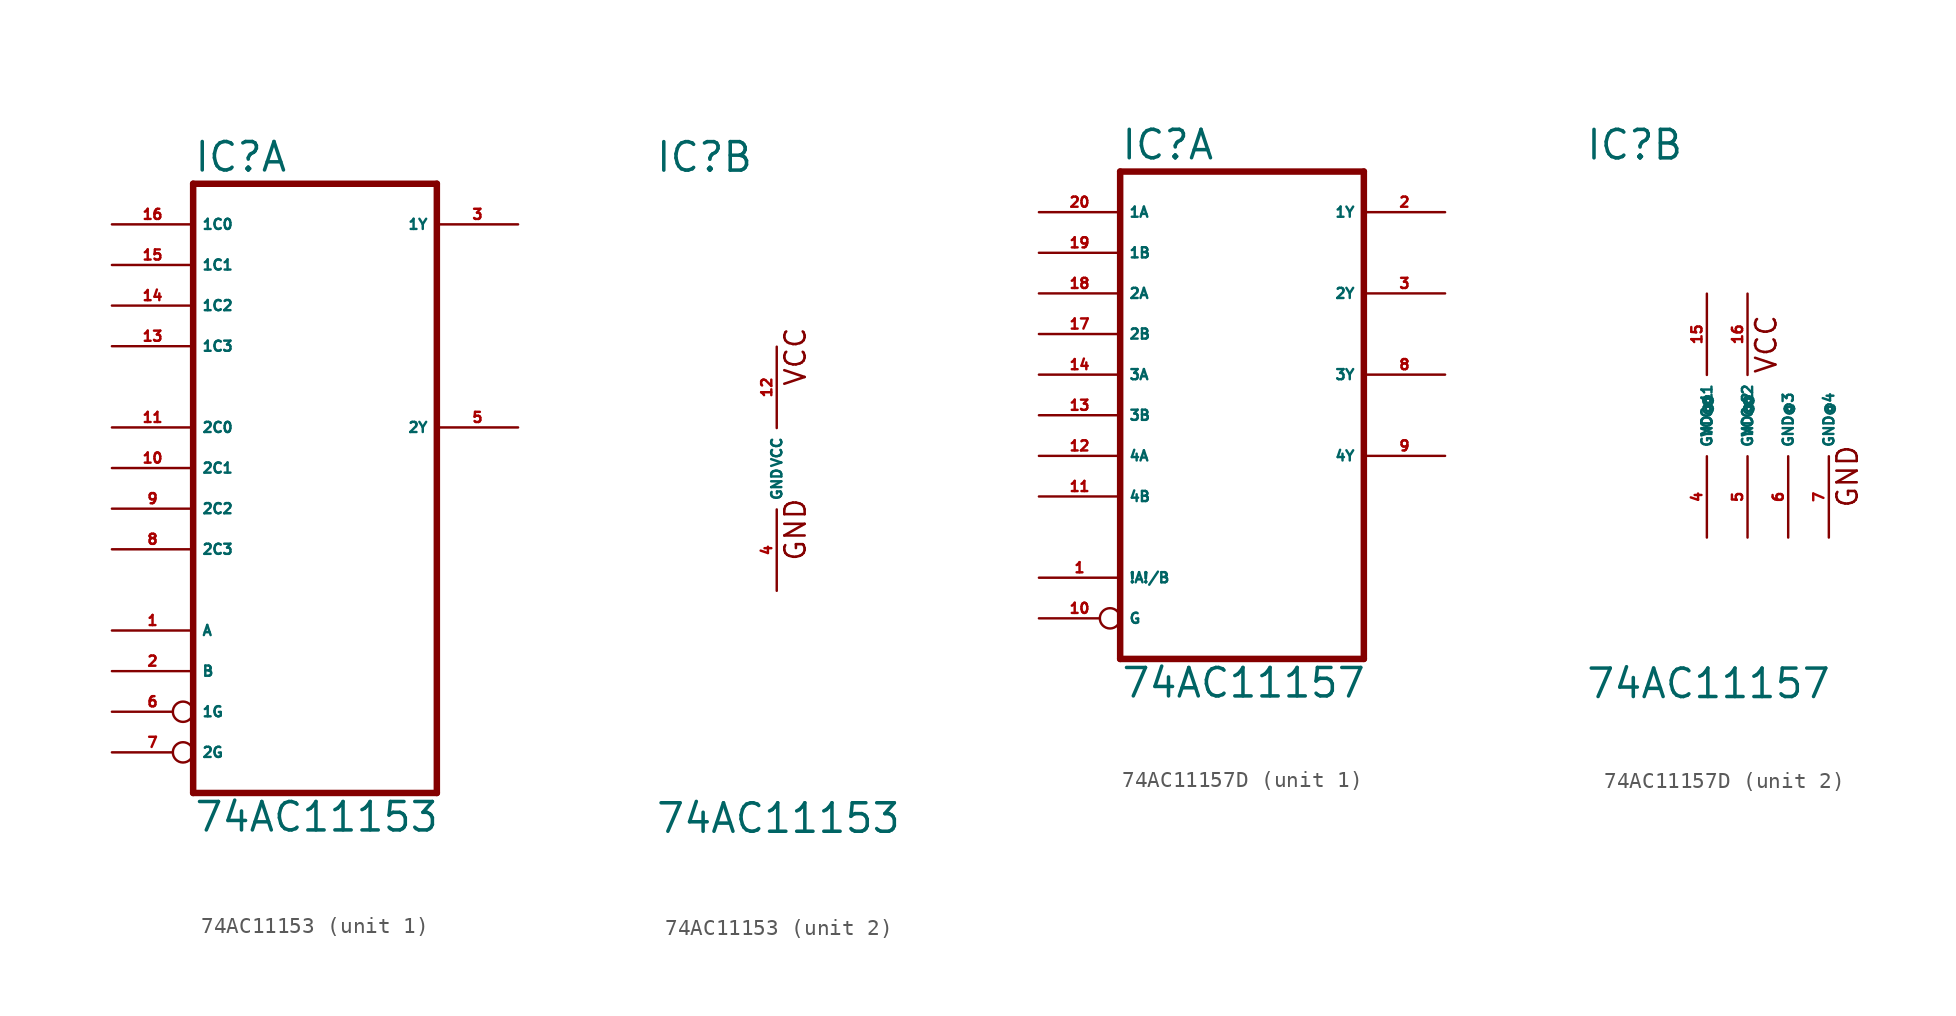
<source format=kicad_sym>
(kicad_symbol_lib
  (version 20220914)
  (generator Eagle2Kicad)
  (symbol "74AC11153"
    (property "Reference" "IC"
      (at -7.62 18.415 0)
      (effects (font (size 1.778 1.778) (thickness 0.22)) (justify left bottom)))
    (property "Value" "74AC11153"
      (at -7.62 -22.86 0)
      (effects (font (size 1.778 1.778) (thickness 0.22)) (justify left bottom)))
    (symbol "74AC11153_1_0"
      (polyline (pts (xy -7.62 -20.32) (xy 7.62 -20.32)) (stroke (width 0.406) (type default)) (fill (type none)))
      (polyline (pts (xy 7.62 -20.32) (xy 7.62 17.78)) (stroke (width 0.406) (type default)) (fill (type none)))
      (polyline (pts (xy 7.62 17.78) (xy -7.62 17.78)) (stroke (width 0.406) (type default)) (fill (type none)))
      (polyline (pts (xy -7.62 17.78) (xy -7.62 -20.32)) (stroke (width 0.406) (type default)) (fill (type none)))
      (pin input line (at -12.7 -10.16 0) (length 5.08) (name "A" (effects (font (size 0.635 0.635) (thickness 0.08)) (justify left bottom))) (number "1" (effects (font (size 0.635 0.635) (thickness 0.08)) (justify left bottom))))
      (pin input line (at -12.7 -12.7 0) (length 5.08) (name "B" (effects (font (size 0.635 0.635) (thickness 0.08)) (justify left bottom))) (number "2" (effects (font (size 0.635 0.635) (thickness 0.08)) (justify left bottom))))
      (pin output line (at 12.7 15.24 180) (length 5.08) (name "1Y" (effects (font (size 0.635 0.635) (thickness 0.08)) (justify left bottom))) (number "3" (effects (font (size 0.635 0.635) (thickness 0.08)) (justify left bottom))))
      (pin output line (at 12.7 2.54 180) (length 5.08) (name "2Y" (effects (font (size 0.635 0.635) (thickness 0.08)) (justify left bottom))) (number "5" (effects (font (size 0.635 0.635) (thickness 0.08)) (justify left bottom))))
      (pin input inverted (at -12.7 -15.24 0) (length 5.08) (name "1G" (effects (font (size 0.635 0.635) (thickness 0.08)) (justify left bottom))) (number "6" (effects (font (size 0.635 0.635) (thickness 0.08)) (justify left bottom))))
      (pin input inverted (at -12.7 -17.78 0) (length 5.08) (name "2G" (effects (font (size 0.635 0.635) (thickness 0.08)) (justify left bottom))) (number "7" (effects (font (size 0.635 0.635) (thickness 0.08)) (justify left bottom))))
      (pin input line (at -12.7 -5.08 0) (length 5.08) (name "2C3" (effects (font (size 0.635 0.635) (thickness 0.08)) (justify left bottom))) (number "8" (effects (font (size 0.635 0.635) (thickness 0.08)) (justify left bottom))))
      (pin input line (at -12.7 -2.54 0) (length 5.08) (name "2C2" (effects (font (size 0.635 0.635) (thickness 0.08)) (justify left bottom))) (number "9" (effects (font (size 0.635 0.635) (thickness 0.08)) (justify left bottom))))
      (pin input line (at -12.7 0 0) (length 5.08) (name "2C1" (effects (font (size 0.635 0.635) (thickness 0.08)) (justify left bottom))) (number "10" (effects (font (size 0.635 0.635) (thickness 0.08)) (justify left bottom))))
      (pin input line (at -12.7 2.54 0) (length 5.08) (name "2C0" (effects (font (size 0.635 0.635) (thickness 0.08)) (justify left bottom))) (number "11" (effects (font (size 0.635 0.635) (thickness 0.08)) (justify left bottom))))
      (pin input line (at -12.7 7.62 0) (length 5.08) (name "1C3" (effects (font (size 0.635 0.635) (thickness 0.08)) (justify left bottom))) (number "13" (effects (font (size 0.635 0.635) (thickness 0.08)) (justify left bottom))))
      (pin input line (at -12.7 10.16 0) (length 5.08) (name "1C2" (effects (font (size 0.635 0.635) (thickness 0.08)) (justify left bottom))) (number "14" (effects (font (size 0.635 0.635) (thickness 0.08)) (justify left bottom))))
      (pin input line (at -12.7 12.7 0) (length 5.08) (name "1C1" (effects (font (size 0.635 0.635) (thickness 0.08)) (justify left bottom))) (number "15" (effects (font (size 0.635 0.635) (thickness 0.08)) (justify left bottom))))
      (pin input line (at -12.7 15.24 0) (length 5.08) (name "1C0" (effects (font (size 0.635 0.635) (thickness 0.08)) (justify left bottom))) (number "16" (effects (font (size 0.635 0.635) (thickness 0.08)) (justify left bottom)))))
    (symbol "74AC11153_2_0"
      (text "GND" (at 1.905 -5.842 900) (effects (font (size 1.27 1.27) (thickness 0.16)) (justify left bottom)))
      (text "VCC" (at 1.905 5.08 900) (effects (font (size 1.27 1.27) (thickness 0.16)) (justify left bottom)))
      (pin unspecified line (at 0 -7.62 90) (length 5.08) (name "GND" (effects (font (size 0.635 0.635) (thickness 0.08)) (justify left bottom))) (number "4" (effects (font (size 0.635 0.635) (thickness 0.08)) (justify left bottom))))
      (pin unspecified line (at 0 7.62 270) (length 5.08) (name "VCC" (effects (font (size 0.635 0.635) (thickness 0.08)) (justify left bottom))) (number "12" (effects (font (size 0.635 0.635) (thickness 0.08)) (justify left bottom))))))
  (symbol "74AC11157D"
    (property "Reference" "IC"
      (at -7.62 15.875 0)
      (effects (font (size 1.778 1.778) (thickness 0.22)) (justify left bottom)))
    (property "Value" "74AC11157"
      (at -7.62 -17.78 0)
      (effects (font (size 1.778 1.778) (thickness 0.22)) (justify left bottom)))
    (symbol "74AC11157D_1_0"
      (polyline (pts (xy -7.62 -15.24) (xy 7.62 -15.24)) (stroke (width 0.406) (type default)) (fill (type none)))
      (polyline (pts (xy 7.62 -15.24) (xy 7.62 15.24)) (stroke (width 0.406) (type default)) (fill (type none)))
      (polyline (pts (xy 7.62 15.24) (xy -7.62 15.24)) (stroke (width 0.406) (type default)) (fill (type none)))
      (polyline (pts (xy -7.62 15.24) (xy -7.62 -15.24)) (stroke (width 0.406) (type default)) (fill (type none)))
      (pin input line (at -12.7 -10.16 0) (length 5.08) (name "!A!/B" (effects (font (size 0.635 0.635) (thickness 0.08)) (justify left bottom))) (number "1" (effects (font (size 0.635 0.635) (thickness 0.08)) (justify left bottom))))
      (pin output line (at 12.7 12.7 180) (length 5.08) (name "1Y" (effects (font (size 0.635 0.635) (thickness 0.08)) (justify left bottom))) (number "2" (effects (font (size 0.635 0.635) (thickness 0.08)) (justify left bottom))))
      (pin output line (at 12.7 7.62 180) (length 5.08) (name "2Y" (effects (font (size 0.635 0.635) (thickness 0.08)) (justify left bottom))) (number "3" (effects (font (size 0.635 0.635) (thickness 0.08)) (justify left bottom))))
      (pin output line (at 12.7 2.54 180) (length 5.08) (name "3Y" (effects (font (size 0.635 0.635) (thickness 0.08)) (justify left bottom))) (number "8" (effects (font (size 0.635 0.635) (thickness 0.08)) (justify left bottom))))
      (pin output line (at 12.7 -2.54 180) (length 5.08) (name "4Y" (effects (font (size 0.635 0.635) (thickness 0.08)) (justify left bottom))) (number "9" (effects (font (size 0.635 0.635) (thickness 0.08)) (justify left bottom))))
      (pin input inverted (at -12.7 -12.7 0) (length 5.08) (name "G" (effects (font (size 0.635 0.635) (thickness 0.08)) (justify left bottom))) (number "10" (effects (font (size 0.635 0.635) (thickness 0.08)) (justify left bottom))))
      (pin input line (at -12.7 -5.08 0) (length 5.08) (name "4B" (effects (font (size 0.635 0.635) (thickness 0.08)) (justify left bottom))) (number "11" (effects (font (size 0.635 0.635) (thickness 0.08)) (justify left bottom))))
      (pin input line (at -12.7 -2.54 0) (length 5.08) (name "4A" (effects (font (size 0.635 0.635) (thickness 0.08)) (justify left bottom))) (number "12" (effects (font (size 0.635 0.635) (thickness 0.08)) (justify left bottom))))
      (pin input line (at -12.7 0 0) (length 5.08) (name "3B" (effects (font (size 0.635 0.635) (thickness 0.08)) (justify left bottom))) (number "13" (effects (font (size 0.635 0.635) (thickness 0.08)) (justify left bottom))))
      (pin input line (at -12.7 2.54 0) (length 5.08) (name "3A" (effects (font (size 0.635 0.635) (thickness 0.08)) (justify left bottom))) (number "14" (effects (font (size 0.635 0.635) (thickness 0.08)) (justify left bottom))))
      (pin input line (at -12.7 5.08 0) (length 5.08) (name "2B" (effects (font (size 0.635 0.635) (thickness 0.08)) (justify left bottom))) (number "17" (effects (font (size 0.635 0.635) (thickness 0.08)) (justify left bottom))))
      (pin input line (at -12.7 7.62 0) (length 5.08) (name "2A" (effects (font (size 0.635 0.635) (thickness 0.08)) (justify left bottom))) (number "18" (effects (font (size 0.635 0.635) (thickness 0.08)) (justify left bottom))))
      (pin input line (at -12.7 10.16 0) (length 5.08) (name "1B" (effects (font (size 0.635 0.635) (thickness 0.08)) (justify left bottom))) (number "19" (effects (font (size 0.635 0.635) (thickness 0.08)) (justify left bottom))))
      (pin input line (at -12.7 12.7 0) (length 5.08) (name "1A" (effects (font (size 0.635 0.635) (thickness 0.08)) (justify left bottom))) (number "20" (effects (font (size 0.635 0.635) (thickness 0.08)) (justify left bottom)))))
    (symbol "74AC11157D_2_0"
      (text "VCC" (at 4.445 2.54 900) (effects (font (size 1.27 1.27) (thickness 0.16)) (justify left bottom)))
      (text "GND" (at 9.525 -5.842 900) (effects (font (size 1.27 1.27) (thickness 0.16)) (justify left bottom)))
      (pin unspecified line (at 0 -7.62 90) (length 5.08) (name "GND@1" (effects (font (size 0.635 0.635) (thickness 0.08)) (justify left bottom))) (number "4" (effects (font (size 0.635 0.635) (thickness 0.08)) (justify left bottom))))
      (pin unspecified line (at 2.54 -7.62 90) (length 5.08) (name "GND@2" (effects (font (size 0.635 0.635) (thickness 0.08)) (justify left bottom))) (number "5" (effects (font (size 0.635 0.635) (thickness 0.08)) (justify left bottom))))
      (pin unspecified line (at 5.08 -7.62 90) (length 5.08) (name "GND@3" (effects (font (size 0.635 0.635) (thickness 0.08)) (justify left bottom))) (number "6" (effects (font (size 0.635 0.635) (thickness 0.08)) (justify left bottom))))
      (pin unspecified line (at 7.62 -7.62 90) (length 5.08) (name "GND@4" (effects (font (size 0.635 0.635) (thickness 0.08)) (justify left bottom))) (number "7" (effects (font (size 0.635 0.635) (thickness 0.08)) (justify left bottom))))
      (pin unspecified line (at 0 7.62 270) (length 5.08) (name "VCC@1" (effects (font (size 0.635 0.635) (thickness 0.08)) (justify left bottom))) (number "15" (effects (font (size 0.635 0.635) (thickness 0.08)) (justify left bottom))))
      (pin unspecified line (at 2.54 7.62 270) (length 5.08) (name "VCC@2" (effects (font (size 0.635 0.635) (thickness 0.08)) (justify left bottom))) (number "16" (effects (font (size 0.635 0.635) (thickness 0.08)) (justify left bottom)))))))
</source>
